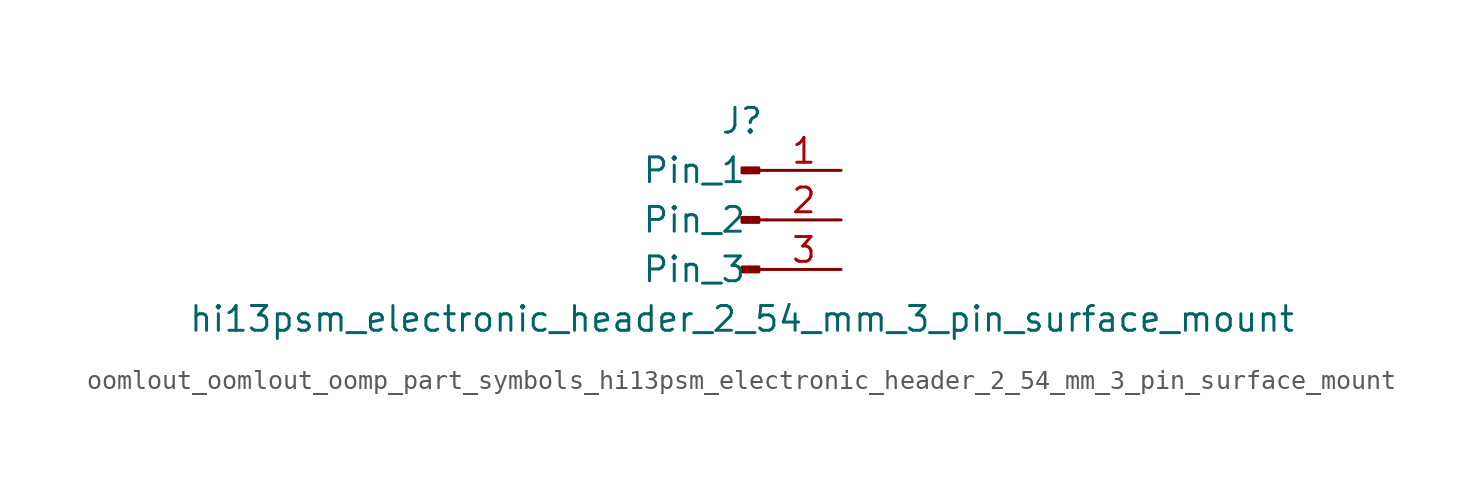
<source format=kicad_sym>
(kicad_symbol_lib
  (version 20220914)
  (generator kicad_symbol_editor)
  (symbol "oomlout_oomlout_oomp_part_symbols_hi13psm_electronic_header_2_54_mm_3_pin_surface_mount"
    (pin_names
      (offset 1.016))
    (property "Reference" "J"
      (at 0 5.08 0)
      (effects (font (size 1.27 1.27))))
    (property "Value" "hi13psm_electronic_header_2_54_mm_3_pin_surface_mount"
      (at 0 -5.08 0)
      (effects (font (size 1.27 1.27))))
    (property "ki_locked" ""
      (at 0 0 0)
      (effects (font (size 1.27 1.27))))
    (symbol "oomlout_oomlout_oomp_part_symbols_hi13psm_electronic_header_2_54_mm_3_pin_surface_mount_1_1"
      (polyline (pts (xy 1.27 -2.54) (xy 0.864 -2.54)) (stroke (width 0.152) (type default)) (fill (type none)))
      (polyline (pts (xy 1.27 0) (xy 0.864 0)) (stroke (width 0.152) (type default)) (fill (type none)))
      (polyline (pts (xy 1.27 2.54) (xy 0.864 2.54)) (stroke (width 0.152) (type default)) (fill (type none)))
      (rectangle (start 0.864 -2.413) (end 0 -2.667) (stroke (width 0.152) (type default)) (fill (type outline)))
      (rectangle (start 0.864 0.127) (end 0 -0.127) (stroke (width 0.152) (type default)) (fill (type outline)))
      (rectangle (start 0.864 2.667) (end 0 2.413) (stroke (width 0.152) (type default)) (fill (type outline)))
      (pin passive line (at 5.08 2.54 180) (length 3.81) (name "Pin_1" (effects (font (size 1.27 1.27)))) (number "1" (effects (font (size 1.27 1.27)))))
      (pin passive line (at 5.08 0 180) (length 3.81) (name "Pin_2" (effects (font (size 1.27 1.27)))) (number "2" (effects (font (size 1.27 1.27)))))
      (pin passive line (at 5.08 -2.54 180) (length 3.81) (name "Pin_3" (effects (font (size 1.27 1.27)))) (number "3" (effects (font (size 1.27 1.27))))))))
</source>
